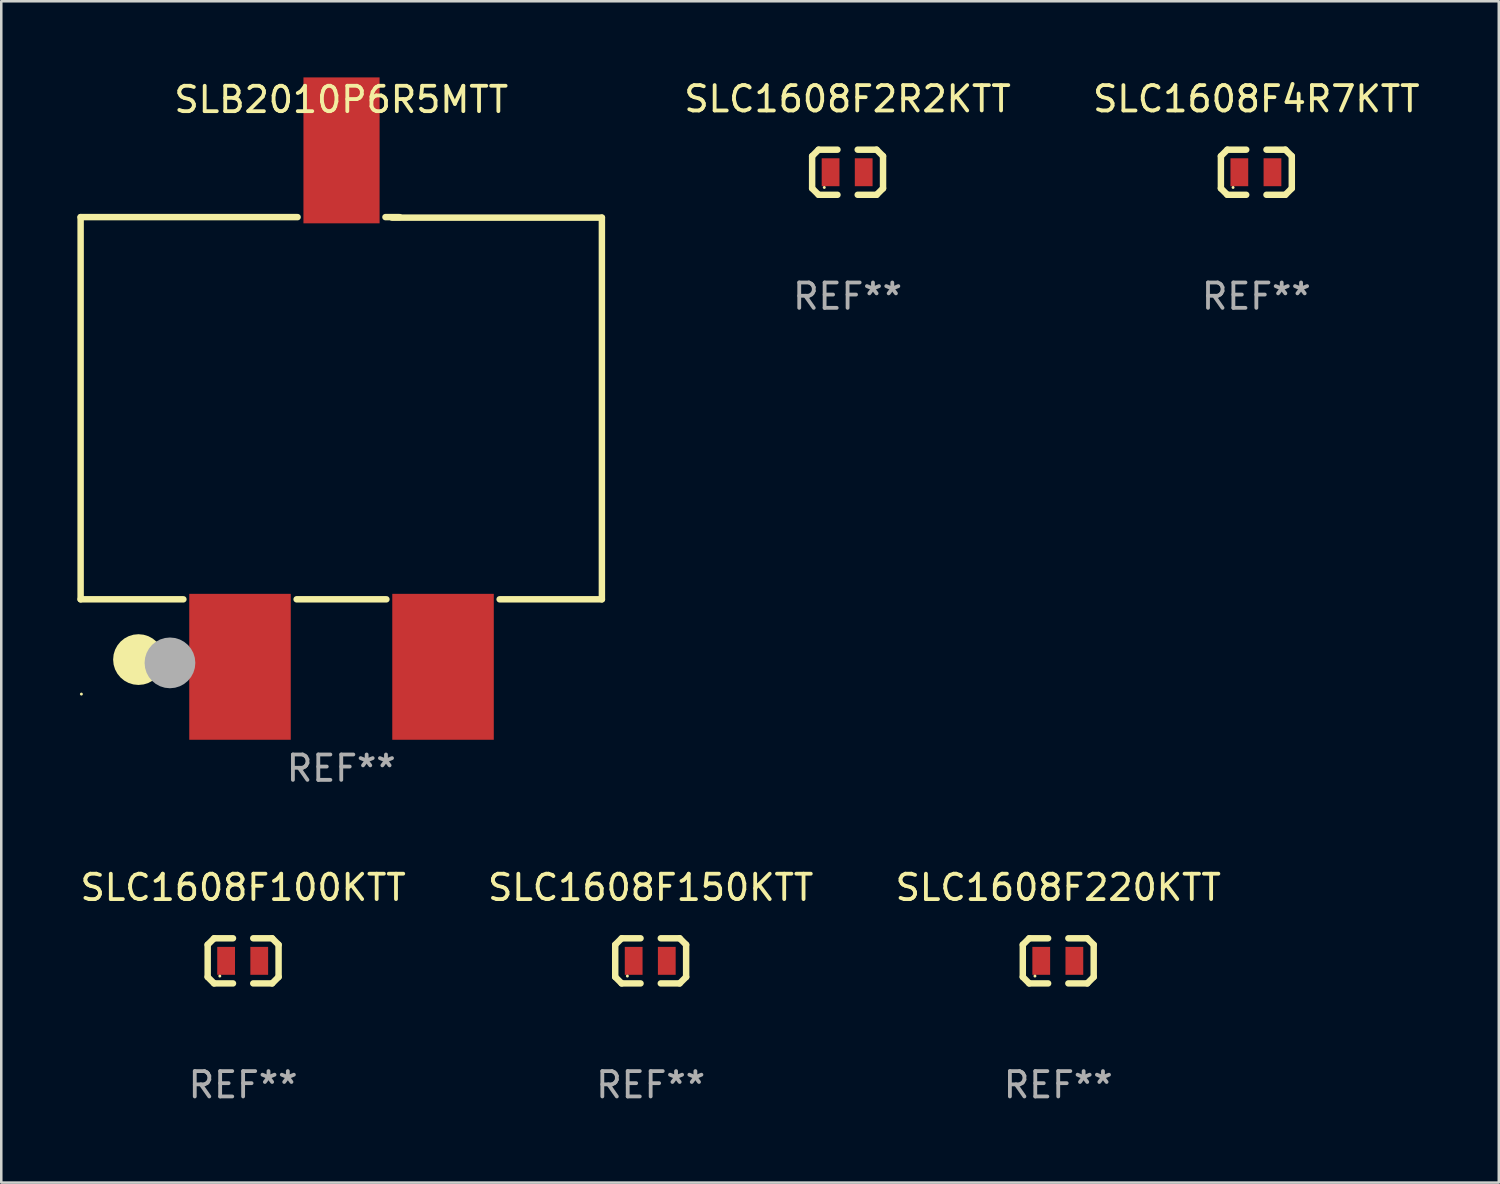
<source format=kicad_pcb>
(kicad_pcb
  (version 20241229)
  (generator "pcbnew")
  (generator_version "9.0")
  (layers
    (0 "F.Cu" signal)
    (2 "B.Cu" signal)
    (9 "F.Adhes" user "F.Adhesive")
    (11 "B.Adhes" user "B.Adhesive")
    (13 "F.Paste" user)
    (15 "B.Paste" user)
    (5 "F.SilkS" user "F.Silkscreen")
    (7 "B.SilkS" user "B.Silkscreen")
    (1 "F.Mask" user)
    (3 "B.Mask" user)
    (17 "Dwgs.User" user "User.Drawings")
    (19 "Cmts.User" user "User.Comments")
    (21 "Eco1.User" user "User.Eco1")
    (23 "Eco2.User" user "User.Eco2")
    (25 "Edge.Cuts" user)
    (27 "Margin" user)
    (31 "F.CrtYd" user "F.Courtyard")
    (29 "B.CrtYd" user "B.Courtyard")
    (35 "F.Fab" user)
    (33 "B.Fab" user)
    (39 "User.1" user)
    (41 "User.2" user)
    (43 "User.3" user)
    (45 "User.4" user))
  (footprint "SLC1608F4R7KTT"
    (layer "F.Cu")
    (at 46.455 3.737)
    (property "Reference" "SLC1608F4R7KTT" (at 0 -2.889 0) (layer "F.SilkS") (effects (font (size 1 1) (thickness 0.15))))
    (attr through_hole)
    (fp_line (start -1.397 -0.635) (end -1.397 0.635) (stroke (width 0.254) (type solid)) (layer "F.SilkS"))
    (fp_line (start -1.397 0.635) (end -1.143 0.889) (stroke (width 0.254) (type solid)) (layer "F.SilkS"))
    (fp_line (start -1.143 -0.889) (end -1.397 -0.635) (stroke (width 0.254) (type solid)) (layer "F.SilkS"))
    (fp_line (start -1.143 -0.889) (end -0.399 -0.889) (stroke (width 0.254) (type solid)) (layer "F.SilkS"))
    (fp_line (start -1.143 0.889) (end -0.399 0.889) (stroke (width 0.254) (type solid)) (layer "F.SilkS"))
    (fp_line (start 1.143 -0.889) (end 0.399 -0.889) (stroke (width 0.254) (type solid)) (layer "F.SilkS"))
    (fp_line (start 1.143 0.889) (end 0.399 0.889) (stroke (width 0.254) (type solid)) (layer "F.SilkS"))
    (fp_line (start 1.143 0.889) (end 1.397 0.635) (stroke (width 0.254) (type solid)) (layer "F.SilkS"))
    (fp_line (start 1.397 -0.635) (end 1.143 -0.889) (stroke (width 0.254) (type solid)) (layer "F.SilkS"))
    (fp_line (start 1.397 0.635) (end 1.397 -0.635) (stroke (width 0.254) (type solid)) (layer "F.SilkS"))
    (fp_circle (center -0.918 0.6) (end -0.888 0.6) (stroke (width 0.06) (type solid)) (fill no) (layer "F.SilkS"))
    (fp_text user "REF**" (at 0 4.889 0) (layer "F.Fab") (effects (font (size 1 1) (thickness 0.15))))
    (pad "1" smd rect (at -0.67 0) (size 0.7 1.1) (layers "F.Cu" "F.Mask" "F.Paste"))
    (pad "2" smd rect (at 0.635 0) (size 0.7 1.1) (layers "F.Cu" "F.Mask" "F.Paste")))
  (footprint "SLC1608F2R2KTT"
    (layer "F.Cu")
    (at 30.348 3.737)
    (property "Reference" "SLC1608F2R2KTT" (at 0 -2.889 0) (layer "F.SilkS") (effects (font (size 1 1) (thickness 0.15))))
    (attr through_hole)
    (fp_line (start -1.397 -0.635) (end -1.397 0.635) (stroke (width 0.254) (type solid)) (layer "F.SilkS"))
    (fp_line (start -1.397 0.635) (end -1.143 0.889) (stroke (width 0.254) (type solid)) (layer "F.SilkS"))
    (fp_line (start -1.143 -0.889) (end -1.397 -0.635) (stroke (width 0.254) (type solid)) (layer "F.SilkS"))
    (fp_line (start -1.143 -0.889) (end -0.399 -0.889) (stroke (width 0.254) (type solid)) (layer "F.SilkS"))
    (fp_line (start -1.143 0.889) (end -0.399 0.889) (stroke (width 0.254) (type solid)) (layer "F.SilkS"))
    (fp_line (start 1.143 -0.889) (end 0.399 -0.889) (stroke (width 0.254) (type solid)) (layer "F.SilkS"))
    (fp_line (start 1.143 0.889) (end 0.399 0.889) (stroke (width 0.254) (type solid)) (layer "F.SilkS"))
    (fp_line (start 1.143 0.889) (end 1.397 0.635) (stroke (width 0.254) (type solid)) (layer "F.SilkS"))
    (fp_line (start 1.397 -0.635) (end 1.143 -0.889) (stroke (width 0.254) (type solid)) (layer "F.SilkS"))
    (fp_line (start 1.397 0.635) (end 1.397 -0.635) (stroke (width 0.254) (type solid)) (layer "F.SilkS"))
    (fp_circle (center -0.918 0.6) (end -0.888 0.6) (stroke (width 0.06) (type solid)) (fill no) (layer "F.SilkS"))
    (fp_text user "REF**" (at 0 4.889 0) (layer "F.Fab") (effects (font (size 1 1) (thickness 0.15))))
    (pad "1" smd rect (at -0.67 0) (size 0.7 1.1) (layers "F.Cu" "F.Mask" "F.Paste"))
    (pad "2" smd rect (at 0.635 0) (size 0.7 1.1) (layers "F.Cu" "F.Mask" "F.Paste")))
  (footprint "SLC1608F220KTT"
    (layer "F.Cu")
    (at 38.649 34.811)
    (property "Reference" "SLC1608F220KTT" (at 0 -2.889 0) (layer "F.SilkS") (effects (font (size 1 1) (thickness 0.15))))
    (attr through_hole)
    (fp_line (start -1.397 -0.635) (end -1.397 0.635) (stroke (width 0.254) (type solid)) (layer "F.SilkS"))
    (fp_line (start -1.397 0.635) (end -1.143 0.889) (stroke (width 0.254) (type solid)) (layer "F.SilkS"))
    (fp_line (start -1.143 -0.889) (end -1.397 -0.635) (stroke (width 0.254) (type solid)) (layer "F.SilkS"))
    (fp_line (start -1.143 -0.889) (end -0.399 -0.889) (stroke (width 0.254) (type solid)) (layer "F.SilkS"))
    (fp_line (start -1.143 0.889) (end -0.399 0.889) (stroke (width 0.254) (type solid)) (layer "F.SilkS"))
    (fp_line (start 1.143 -0.889) (end 0.399 -0.889) (stroke (width 0.254) (type solid)) (layer "F.SilkS"))
    (fp_line (start 1.143 0.889) (end 0.399 0.889) (stroke (width 0.254) (type solid)) (layer "F.SilkS"))
    (fp_line (start 1.143 0.889) (end 1.397 0.635) (stroke (width 0.254) (type solid)) (layer "F.SilkS"))
    (fp_line (start 1.397 -0.635) (end 1.143 -0.889) (stroke (width 0.254) (type solid)) (layer "F.SilkS"))
    (fp_line (start 1.397 0.635) (end 1.397 -0.635) (stroke (width 0.254) (type solid)) (layer "F.SilkS"))
    (fp_circle (center -0.918 0.6) (end -0.888 0.6) (stroke (width 0.06) (type solid)) (fill no) (layer "F.SilkS"))
    (fp_text user "REF**" (at 0 4.889 0) (layer "F.Fab") (effects (font (size 1 1) (thickness 0.15))))
    (pad "1" smd rect (at -0.67 0) (size 0.7 1.1) (layers "F.Cu" "F.Mask" "F.Paste"))
    (pad "2" smd rect (at 0.635 0) (size 0.7 1.1) (layers "F.Cu" "F.Mask" "F.Paste")))
  (footprint "SLC1608F150KTT"
    (layer "F.Cu")
    (at 22.589 34.811)
    (property "Reference" "SLC1608F150KTT" (at 0 -2.889 0) (layer "F.SilkS") (effects (font (size 1 1) (thickness 0.15))))
    (attr through_hole)
    (fp_line (start -1.397 -0.635) (end -1.397 0.635) (stroke (width 0.254) (type solid)) (layer "F.SilkS"))
    (fp_line (start -1.397 0.635) (end -1.143 0.889) (stroke (width 0.254) (type solid)) (layer "F.SilkS"))
    (fp_line (start -1.143 -0.889) (end -1.397 -0.635) (stroke (width 0.254) (type solid)) (layer "F.SilkS"))
    (fp_line (start -1.143 -0.889) (end -0.399 -0.889) (stroke (width 0.254) (type solid)) (layer "F.SilkS"))
    (fp_line (start -1.143 0.889) (end -0.399 0.889) (stroke (width 0.254) (type solid)) (layer "F.SilkS"))
    (fp_line (start 1.143 -0.889) (end 0.399 -0.889) (stroke (width 0.254) (type solid)) (layer "F.SilkS"))
    (fp_line (start 1.143 0.889) (end 0.399 0.889) (stroke (width 0.254) (type solid)) (layer "F.SilkS"))
    (fp_line (start 1.143 0.889) (end 1.397 0.635) (stroke (width 0.254) (type solid)) (layer "F.SilkS"))
    (fp_line (start 1.397 -0.635) (end 1.143 -0.889) (stroke (width 0.254) (type solid)) (layer "F.SilkS"))
    (fp_line (start 1.397 0.635) (end 1.397 -0.635) (stroke (width 0.254) (type solid)) (layer "F.SilkS"))
    (fp_circle (center -0.918 0.6) (end -0.888 0.6) (stroke (width 0.06) (type solid)) (fill no) (layer "F.SilkS"))
    (fp_text user "REF**" (at 0 4.889 0) (layer "F.Fab") (effects (font (size 1 1) (thickness 0.15))))
    (pad "1" smd rect (at -0.67 0) (size 0.7 1.1) (layers "F.Cu" "F.Mask" "F.Paste"))
    (pad "2" smd rect (at 0.635 0) (size 0.7 1.1) (layers "F.Cu" "F.Mask" "F.Paste")))
  (footprint "SLC1608F100KTT"
    (layer "F.Cu")
    (at 6.53 34.811)
    (property "Reference" "SLC1608F100KTT" (at 0 -2.889 0) (layer "F.SilkS") (effects (font (size 1 1) (thickness 0.15))))
    (attr through_hole)
    (fp_line (start -1.397 -0.635) (end -1.397 0.635) (stroke (width 0.254) (type solid)) (layer "F.SilkS"))
    (fp_line (start -1.397 0.635) (end -1.143 0.889) (stroke (width 0.254) (type solid)) (layer "F.SilkS"))
    (fp_line (start -1.143 -0.889) (end -1.397 -0.635) (stroke (width 0.254) (type solid)) (layer "F.SilkS"))
    (fp_line (start -1.143 -0.889) (end -0.399 -0.889) (stroke (width 0.254) (type solid)) (layer "F.SilkS"))
    (fp_line (start -1.143 0.889) (end -0.399 0.889) (stroke (width 0.254) (type solid)) (layer "F.SilkS"))
    (fp_line (start 1.143 -0.889) (end 0.399 -0.889) (stroke (width 0.254) (type solid)) (layer "F.SilkS"))
    (fp_line (start 1.143 0.889) (end 0.399 0.889) (stroke (width 0.254) (type solid)) (layer "F.SilkS"))
    (fp_line (start 1.143 0.889) (end 1.397 0.635) (stroke (width 0.254) (type solid)) (layer "F.SilkS"))
    (fp_line (start 1.397 -0.635) (end 1.143 -0.889) (stroke (width 0.254) (type solid)) (layer "F.SilkS"))
    (fp_line (start 1.397 0.635) (end 1.397 -0.635) (stroke (width 0.254) (type solid)) (layer "F.SilkS"))
    (fp_circle (center -0.918 0.6) (end -0.888 0.6) (stroke (width 0.06) (type solid)) (fill no) (layer "F.SilkS"))
    (fp_text user "REF**" (at 0 4.889 0) (layer "F.Fab") (effects (font (size 1 1) (thickness 0.15))))
    (pad "1" smd rect (at -0.67 0) (size 0.7 1.1) (layers "F.Cu" "F.Mask" "F.Paste"))
    (pad "2" smd rect (at 0.635 0) (size 0.7 1.1) (layers "F.Cu" "F.Mask" "F.Paste")))
  (footprint "SLB2010P6R5MTT"
    (layer "F.Cu")
    (at 10.397 13.05)
    (property "Reference" "SLB2010P6R5MTT" (at 0 -12.175 0) (layer "F.SilkS") (effects (font (size 1 1) (thickness 0.15))))
    (attr through_hole)
    (fp_line (start -10.27 -7.545) (end -1.721 -7.545) (stroke (width 0.254) (type solid)) (layer "F.SilkS"))
    (fp_line (start -10.27 7.515) (end -10.27 -7.545) (stroke (width 0.254) (type solid)) (layer "F.SilkS"))
    (fp_line (start -6.221 7.515) (end -10.27 7.515) (stroke (width 0.254) (type solid)) (layer "F.SilkS"))
    (fp_line (start 1.741 -7.545) (end 2.3 -7.545) (stroke (width 0.254) (type solid)) (layer "F.SilkS"))
    (fp_line (start 1.779 7.515) (end -1.759 7.515) (stroke (width 0.254) (type solid)) (layer "F.SilkS"))
    (fp_line (start 2 -7.525) (end 10.27 -7.525) (stroke (width 0.254) (type solid)) (layer "F.SilkS"))
    (fp_line (start 10.27 -7.525) (end 10.27 7.515) (stroke (width 0.254) (type solid)) (layer "F.SilkS"))
    (fp_line (start 10.27 7.515) (end 6.241 7.515) (stroke (width 0.254) (type solid)) (layer "F.SilkS"))
    (fp_circle (center -10.24 11.25) (end -10.21 11.25) (stroke (width 0.06) (type solid)) (fill no) (layer "F.SilkS"))
    (fp_circle (center -7.99 9.89) (end -7.49 9.89) (stroke (width 1) (type solid)) (fill no) (layer "F.SilkS"))
    (fp_circle (center -6.75 10.02) (end -6.25 10.02) (stroke (width 1) (type solid)) (fill no) (layer "F.Fab"))
    (fp_text user "REF**" (at 0 14.175 0) (layer "F.Fab") (effects (font (size 1 1) (thickness 0.15))))
    (pad "1" smd rect (at -3.99 10.175) (size 4 5.75) (layers "F.Cu" "F.Mask" "F.Paste"))
    (pad "2" smd rect (at 4.01 10.175) (size 4 5.75) (layers "F.Cu" "F.Mask" "F.Paste"))
    (pad "3" smd rect (at 0.01 -10.175) (size 3 5.75) (layers "F.Cu" "F.Mask" "F.Paste")))
  (gr_rect
    (start -3 -3)
    (end 56.008 43.548)
    (stroke (width 0.1) (type default))
    (fill no)
    (layer "Edge.Cuts")))
</source>
